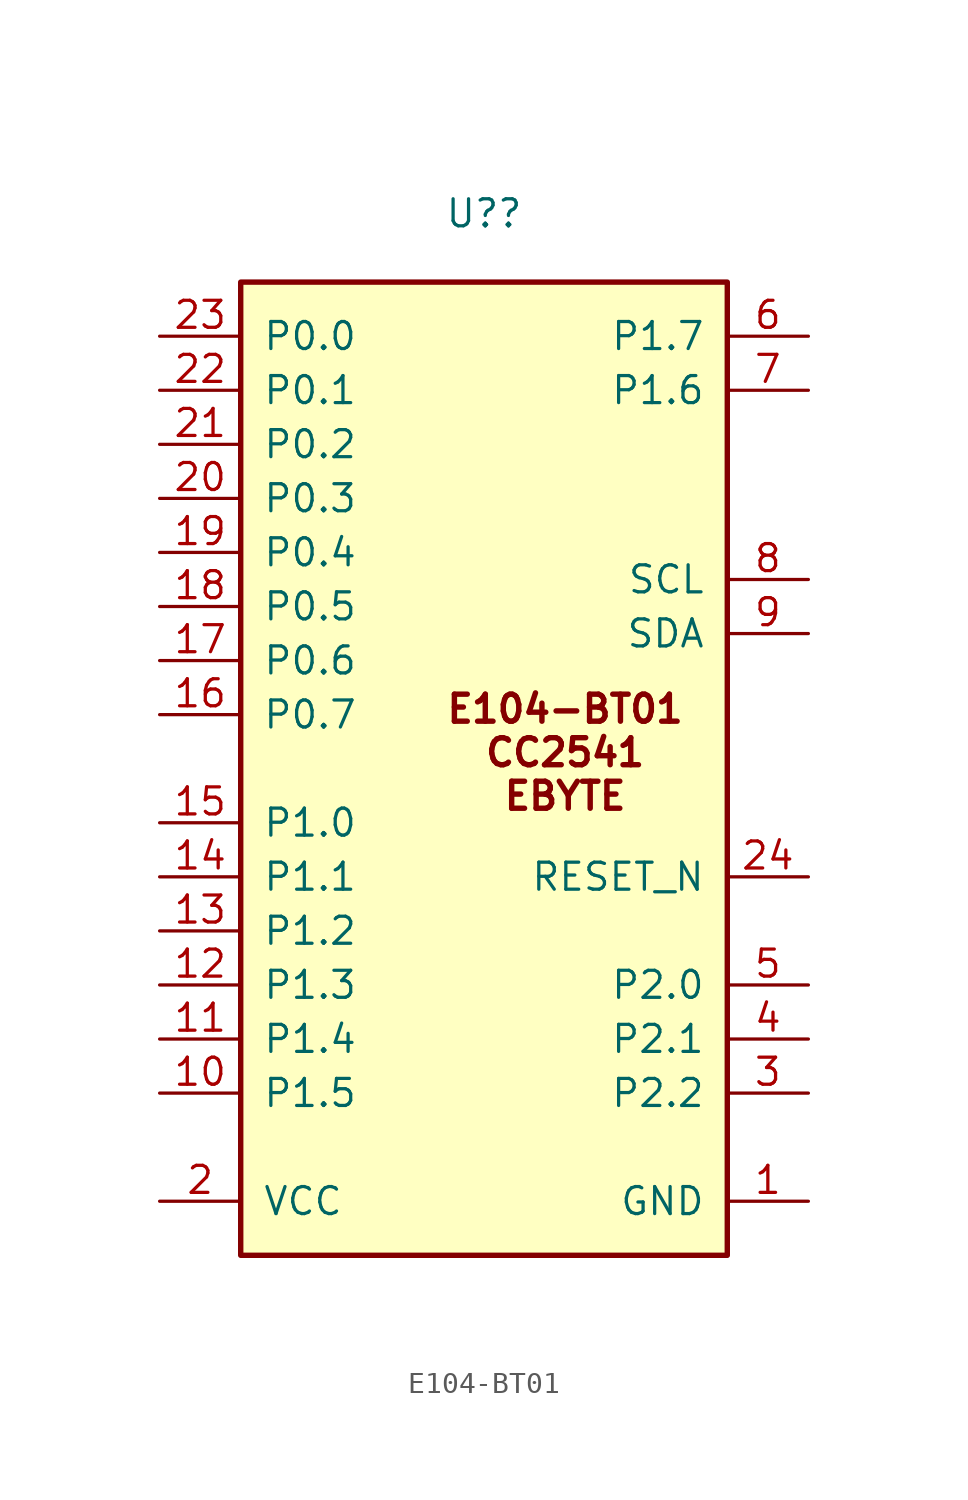
<source format=kicad_sym>
(kicad_symbol_lib
  (version 20231120)
  (generator "kicad_symbol_editor")
  (generator_version "8.0")
  (symbol "E104-BT01"
    (pin_names
      (offset 1.014))
    (property "Reference" "U?"
      (at 0 24.816 0)
      (effects (font (size 1.27 1.27))))
    (symbol "E104-BT01_1_1"
      (rectangle (start -11.43 -24.13) (end 11.43 21.59) (stroke (width 0.254) (type default)) (fill (type background)))
      (text "E104-BT01\nCC2541\nEBYTE" (at 3.81 -0.508 0) (effects (font (size 1.27 1.27) (thickness 0.254) (bold yes))))
      (pin power_in line (at 15.24 -21.59 180) (length 3.81) (name "GND" (effects (font (size 1.27 1.27)))) (number "1" (effects (font (size 1.27 1.27)))))
      (pin output line (at -15.24 -16.51 0) (length 3.81) (name "P1.5" (effects (font (size 1.27 1.27)))) (number "10" (effects (font (size 1.27 1.27)))))
      (pin output line (at -15.24 -13.97 0) (length 3.81) (name "P1.4" (effects (font (size 1.27 1.27)))) (number "11" (effects (font (size 1.27 1.27)))))
      (pin bidirectional line (at -15.24 -11.43 0) (length 3.81) (name "P1.3" (effects (font (size 1.27 1.27)))) (number "12" (effects (font (size 1.27 1.27)))))
      (pin input line (at -15.24 -8.89 0) (length 3.81) (name "P1.2" (effects (font (size 1.27 1.27)))) (number "13" (effects (font (size 1.27 1.27)))))
      (pin bidirectional line (at -15.24 -6.35 0) (length 3.81) (name "P1.1" (effects (font (size 1.27 1.27)))) (number "14" (effects (font (size 1.27 1.27)))))
      (pin bidirectional line (at -15.24 -3.81 0) (length 3.81) (name "P1.0" (effects (font (size 1.27 1.27)))) (number "15" (effects (font (size 1.27 1.27)))))
      (pin output line (at -15.24 1.27 0) (length 3.81) (name "P0.7" (effects (font (size 1.27 1.27)))) (number "16" (effects (font (size 1.27 1.27)))))
      (pin output line (at -15.24 3.81 0) (length 3.81) (name "P0.6" (effects (font (size 1.27 1.27)))) (number "17" (effects (font (size 1.27 1.27)))))
      (pin input line (at -15.24 6.35 0) (length 3.81) (name "P0.5" (effects (font (size 1.27 1.27)))) (number "18" (effects (font (size 1.27 1.27)))))
      (pin bidirectional line (at -15.24 8.89 0) (length 3.81) (name "P0.4" (effects (font (size 1.27 1.27)))) (number "19" (effects (font (size 1.27 1.27)))))
      (pin power_in line (at -15.24 -21.59 0) (length 3.81) (name "VCC" (effects (font (size 1.27 1.27)))) (number "2" (effects (font (size 1.27 1.27)))))
      (pin input line (at -15.24 11.43 0) (length 3.81) (name "P0.3" (effects (font (size 1.27 1.27)))) (number "20" (effects (font (size 1.27 1.27)))))
      (pin input line (at -15.24 13.97 0) (length 3.81) (name "P0.2" (effects (font (size 1.27 1.27)))) (number "21" (effects (font (size 1.27 1.27)))))
      (pin input line (at -15.24 16.51 0) (length 3.81) (name "P0.1" (effects (font (size 1.27 1.27)))) (number "22" (effects (font (size 1.27 1.27)))))
      (pin input line (at -15.24 19.05 0) (length 3.81) (name "P0.0" (effects (font (size 1.27 1.27)))) (number "23" (effects (font (size 1.27 1.27)))))
      (pin input line (at 15.24 -6.35 180) (length 3.81) (name "RESET_N" (effects (font (size 1.27 1.27)))) (number "24" (effects (font (size 1.27 1.27)))))
      (pin bidirectional line (at 15.24 -16.51 180) (length 3.81) (name "P2.2" (effects (font (size 1.27 1.27)))) (number "3" (effects (font (size 1.27 1.27)))))
      (pin input line (at 15.24 -13.97 180) (length 3.81) (name "P2.1" (effects (font (size 1.27 1.27)))) (number "4" (effects (font (size 1.27 1.27)))))
      (pin input line (at 15.24 -11.43 180) (length 3.81) (name "P2.0" (effects (font (size 1.27 1.27)))) (number "5" (effects (font (size 1.27 1.27)))))
      (pin bidirectional line (at 15.24 19.05 180) (length 3.81) (name "P1.7" (effects (font (size 1.27 1.27)))) (number "6" (effects (font (size 1.27 1.27)))))
      (pin bidirectional line (at 15.24 16.51 180) (length 3.81) (name "P1.6" (effects (font (size 1.27 1.27)))) (number "7" (effects (font (size 1.27 1.27)))))
      (pin bidirectional line (at 15.24 7.62 180) (length 3.81) (name "SCL" (effects (font (size 1.27 1.27)))) (number "8" (effects (font (size 1.27 1.27)))))
      (pin bidirectional line (at 15.24 5.08 180) (length 3.81) (name "SDA" (effects (font (size 1.27 1.27)))) (number "9" (effects (font (size 1.27 1.27))))))))
</source>
